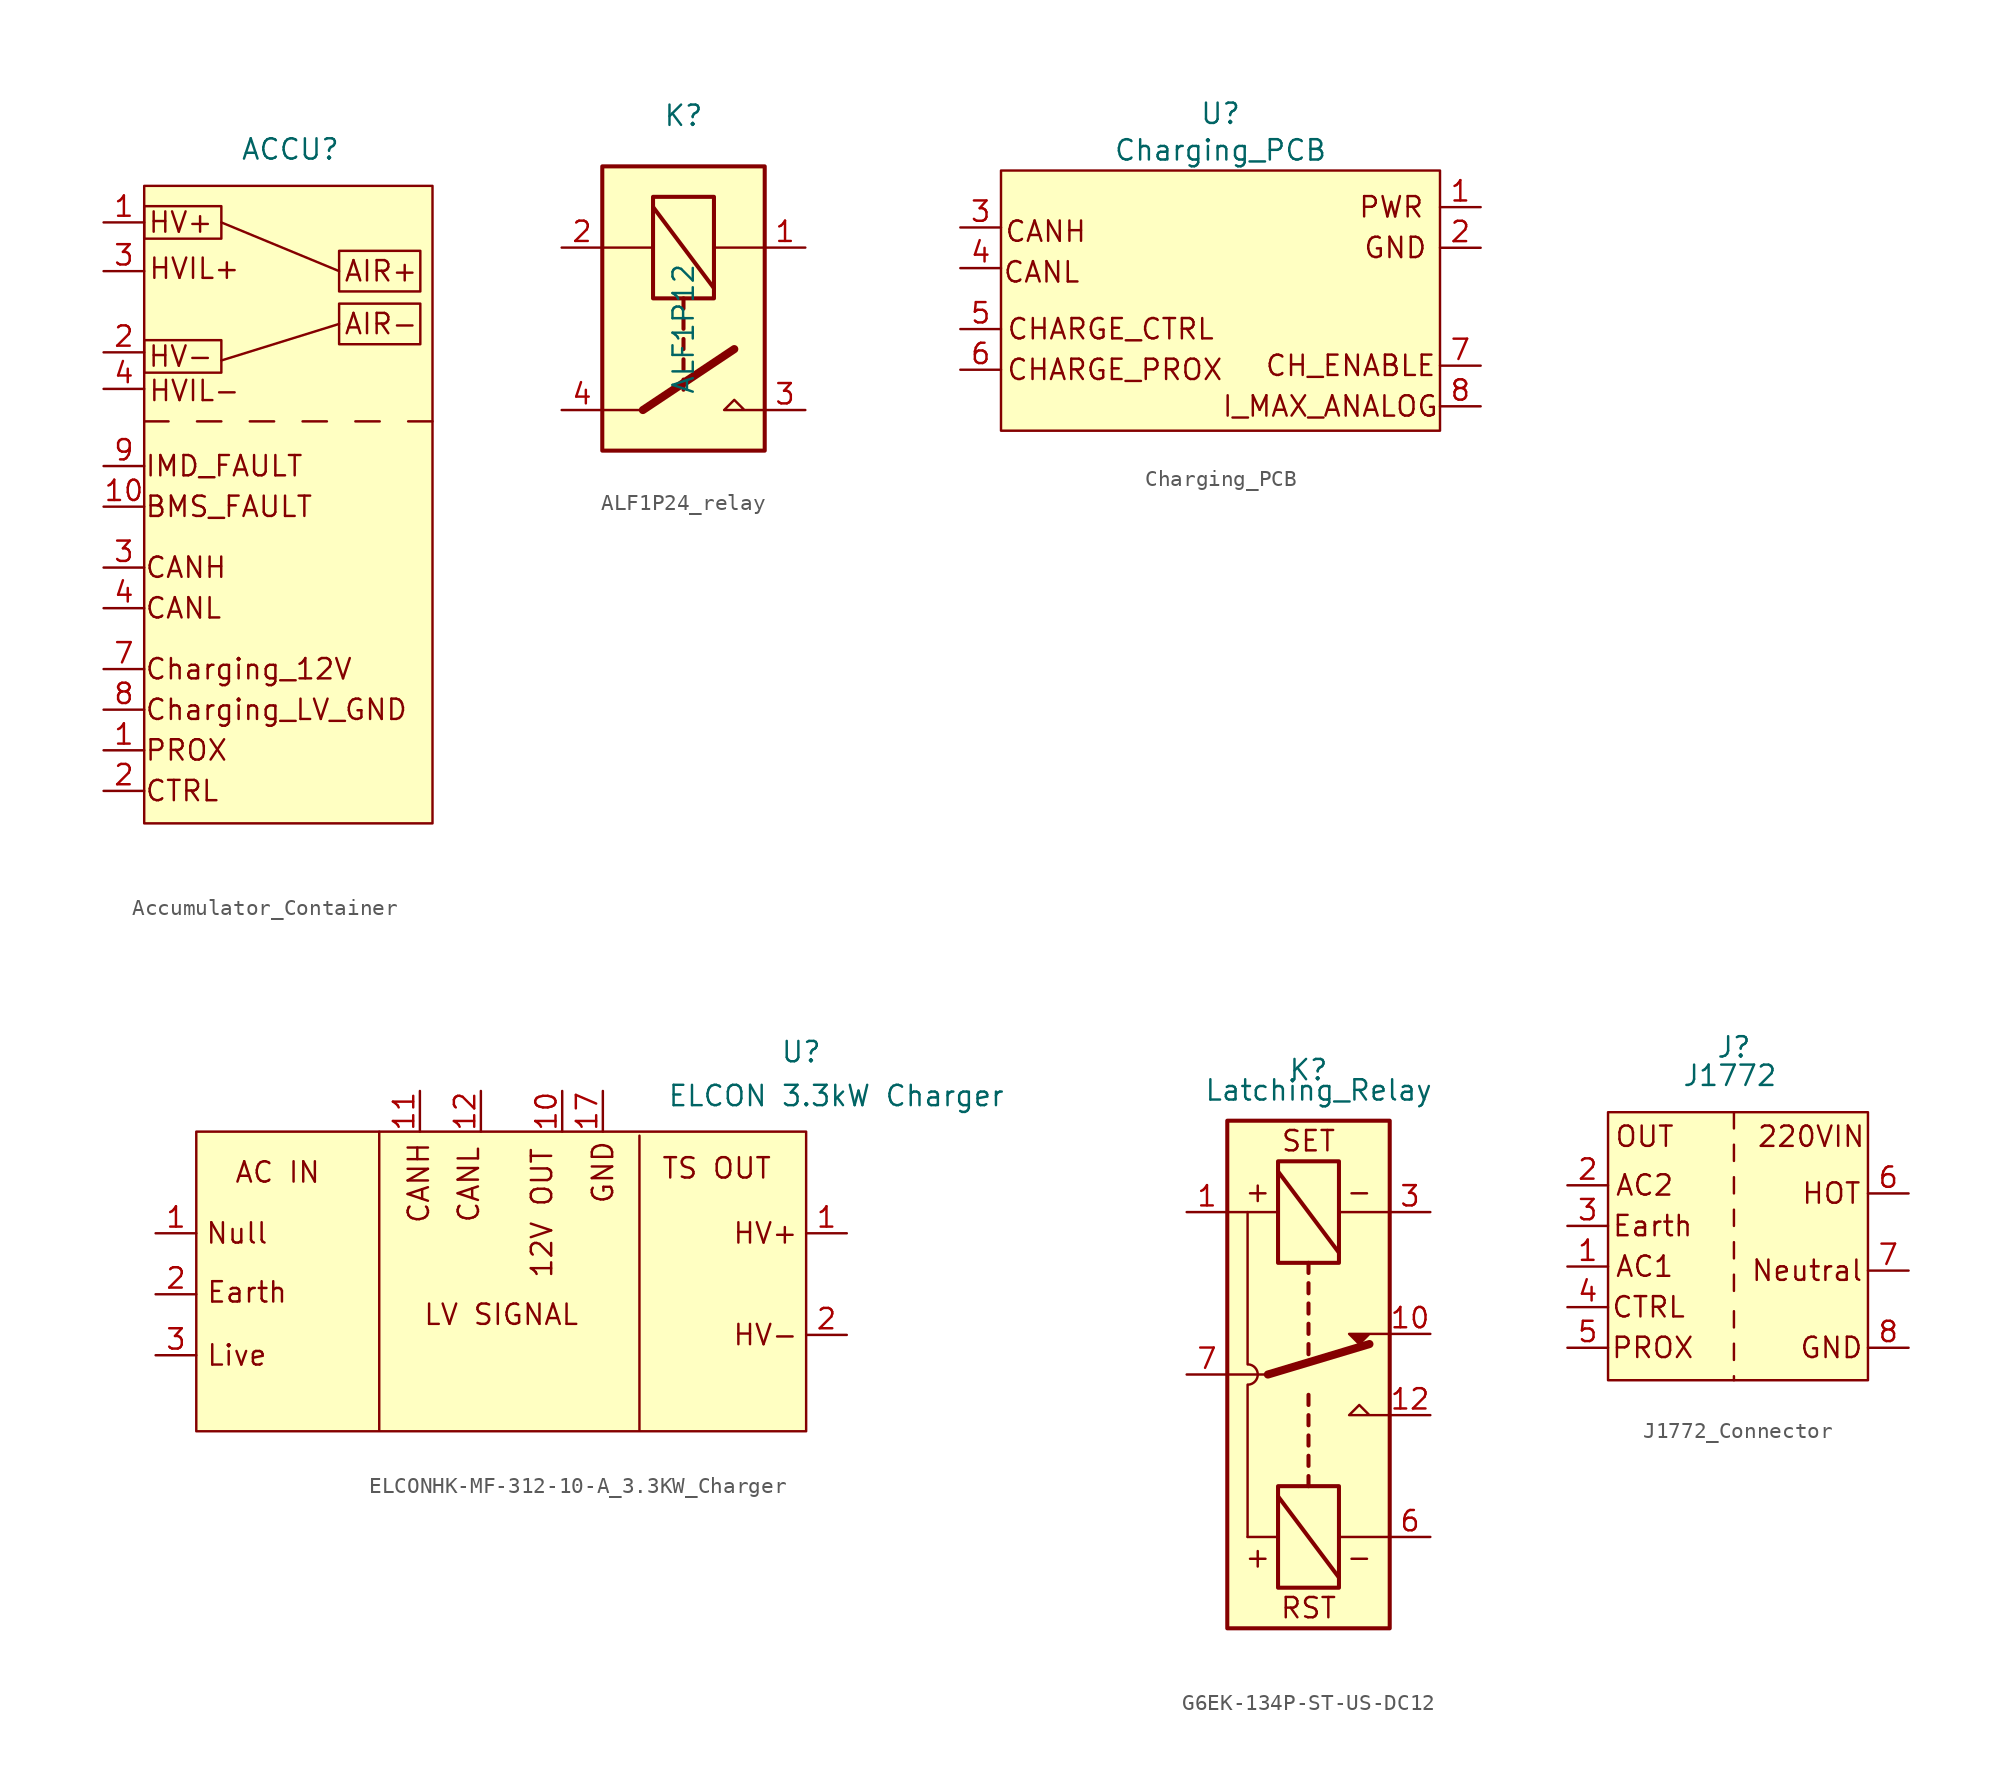
<source format=kicad_sym>
(kicad_symbol_lib
  (version 20231120)
  (generator "kicad_symbol_editor")
  (generator_version "8.0")
  (symbol "Accumulator_Container"
    (property "Reference" "ACCU"
      (at 2.794 10.922 0)
      (effects (font (size 1.27 1.27))))
    (property "Value" ""
      (at 0 0 0)
      (effects (font (size 1.27 1.27))))
    (symbol "Accumulator_Container_1_1"
      (rectangle (start -6.35 -1.016) (end -1.524 -3.048) (stroke (width 0) (type default)) (fill (type none)))
      (rectangle (start -6.35 7.366) (end -1.524 5.334) (stroke (width 0) (type default)) (fill (type none)))
      (rectangle (start -6.35 8.636) (end 11.684 -31.242) (stroke (width 0) (type default)) (fill (type background)))
      (polyline (pts (xy -6.35 -6.096) (xy -4.826 -6.096)) (stroke (width 0) (type default)) (fill (type none)))
      (polyline (pts (xy -3.048 -6.096) (xy -1.524 -6.096)) (stroke (width 0) (type default)) (fill (type none)))
      (polyline (pts (xy 0.254 -6.096) (xy 1.778 -6.096)) (stroke (width 0) (type default)) (fill (type none)))
      (polyline (pts (xy 3.556 -6.096) (xy 5.08 -6.096)) (stroke (width 0) (type default)) (fill (type none)))
      (polyline (pts (xy 5.842 0) (xy -1.524 -2.286)) (stroke (width 0) (type default)) (fill (type none)))
      (polyline (pts (xy 5.842 3.302) (xy -1.524 6.35)) (stroke (width 0) (type default)) (fill (type none)))
      (polyline (pts (xy 6.858 -6.096) (xy 8.382 -6.096)) (stroke (width 0) (type default)) (fill (type none)))
      (polyline (pts (xy 10.16 -6.096) (xy 11.684 -6.096)) (stroke (width 0) (type default)) (fill (type none)))
      (rectangle (start 5.842 1.27) (end 10.922 -1.27) (stroke (width 0) (type default)) (fill (type none)))
      (rectangle (start 5.842 4.572) (end 10.922 2.032) (stroke (width 0) (type default)) (fill (type none)))
      (text "AIR+" (at 6.096 3.302 0) (effects (font (size 1.27 1.27)) (justify left)))
      (text "AIR-" (at 6.096 0 0) (effects (font (size 1.27 1.27)) (justify left)))
      (text "BMS_FAULT" (at -6.35 -11.43 0) (effects (font (size 1.27 1.27)) (justify left)))
      (text "CANH" (at -6.35 -15.24 0) (effects (font (size 1.27 1.27)) (justify left)))
      (text "CANL" (at -6.35 -17.78 0) (effects (font (size 1.27 1.27)) (justify left)))
      (text "Charging_12V" (at -6.35 -21.59 0) (effects (font (size 1.27 1.27)) (justify left)))
      (text "Charging_LV_GND" (at -6.35 -24.13 0) (effects (font (size 1.27 1.27)) (justify left)))
      (text "CTRL" (at -6.35 -29.21 0) (effects (font (size 1.27 1.27)) (justify left)))
      (text "HV+" (at -4.064 6.35 0) (effects (font (size 1.27 1.27))))
      (text "HV-" (at -4.064 -2.032 0) (effects (font (size 1.27 1.27))))
      (text "HVIL+" (at -3.205 3.463 0) (effects (font (size 1.27 1.27))))
      (text "HVIL-" (at -3.205 -4.184 0) (effects (font (size 1.27 1.27))))
      (text "IMD_FAULT" (at -6.35 -8.89 0) (effects (font (size 1.27 1.27)) (justify left)))
      (text "PROX" (at -6.35 -26.67 0) (effects (font (size 1.27 1.27)) (justify left)))
      (pin passive line (at -8.89 -26.67 0) (length 2.54) (name "~" (effects (font (size 1.27 1.27)))) (number "1" (effects (font (size 1.27 1.27)))))
      (pin passive line (at -8.89 6.35 0) (length 2.54) (name "~" (effects (font (size 1.27 1.27)))) (number "1" (effects (font (size 1.27 1.27)))))
      (pin passive line (at -8.89 -11.43 0) (length 2.54) (name "~" (effects (font (size 1.27 1.27)))) (number "10" (effects (font (size 1.27 1.27)))))
      (pin passive line (at -8.89 -29.21 0) (length 2.54) (name "~" (effects (font (size 1.27 1.27)))) (number "2" (effects (font (size 1.27 1.27)))))
      (pin passive line (at -8.89 -1.778 0) (length 2.54) (name "~" (effects (font (size 1.27 1.27)))) (number "2" (effects (font (size 1.27 1.27)))))
      (pin passive line (at -8.89 -15.24 0) (length 2.54) (name "~" (effects (font (size 1.27 1.27)))) (number "3" (effects (font (size 1.27 1.27)))))
      (pin passive line (at -8.89 3.302 0) (length 2.54) (name "~" (effects (font (size 1.27 1.27)))) (number "3" (effects (font (size 1.27 1.27)))))
      (pin passive line (at -8.89 -17.78 0) (length 2.54) (name "~" (effects (font (size 1.27 1.27)))) (number "4" (effects (font (size 1.27 1.27)))))
      (pin passive line (at -8.89 -4.064 0) (length 2.54) (name "~" (effects (font (size 1.27 1.27)))) (number "4" (effects (font (size 1.27 1.27)))))
      (pin passive line (at -8.89 -21.59 0) (length 2.54) (name "~" (effects (font (size 1.27 1.27)))) (number "7" (effects (font (size 1.27 1.27)))))
      (pin passive line (at -8.89 -24.13 0) (length 2.54) (name "~" (effects (font (size 1.27 1.27)))) (number "8" (effects (font (size 1.27 1.27)))))
      (pin passive line (at -8.89 -8.89 0) (length 2.54) (name "~" (effects (font (size 1.27 1.27)))) (number "9" (effects (font (size 1.27 1.27)))))))
  (symbol "ALF1P24_relay"
    (property "Reference" "K"
      (at -1.27 12.065 0)
      (effects (font (size 1.27 1.27))))
    (property "Value" "ALF1P12"
      (at -1.27 -1.27 90)
      (effects (font (size 1.27 1.27))))
    (symbol "ALF1P24_relay_0_0"
      (polyline (pts (xy 3.81 -6.35) (xy 1.27 -6.35) (xy 1.905 -5.715) (xy 2.54 -6.35)) (stroke (width 0) (type default)) (fill (type none))))
    (symbol "ALF1P24_relay_0_1"
      (polyline (pts (xy -6.35 3.81) (xy -3.175 3.81)) (stroke (width 0) (type default)) (fill (type none)))
      (polyline (pts (xy -3.81 -6.35) (xy -6.35 -6.35)) (stroke (width 0) (type default)) (fill (type none)))
      (polyline (pts (xy -3.81 -6.35) (xy 1.905 -2.54)) (stroke (width 0.508) (type default)) (fill (type none)))
      (polyline (pts (xy -3.175 6.35) (xy 0.635 1.27)) (stroke (width 0.254) (type default)) (fill (type none)))
      (polyline (pts (xy -1.27 -4.445) (xy -1.27 -5.08)) (stroke (width 0.254) (type default)) (fill (type none)))
      (polyline (pts (xy -1.27 -3.175) (xy -1.27 -3.81)) (stroke (width 0.254) (type default)) (fill (type none)))
      (polyline (pts (xy -1.27 -1.905) (xy -1.27 -2.54)) (stroke (width 0.254) (type default)) (fill (type none)))
      (polyline (pts (xy -1.27 -0.635) (xy -1.27 -1.27)) (stroke (width 0.254) (type default)) (fill (type none)))
      (polyline (pts (xy -1.27 0.635) (xy -1.27 0)) (stroke (width 0.254) (type default)) (fill (type none)))
      (polyline (pts (xy 3.81 3.81) (xy 0.635 3.81)) (stroke (width 0) (type default)) (fill (type none)))
      (rectangle (start 0.635 6.985) (end -3.175 0.635) (stroke (width 0.254) (type default)) (fill (type none)))
      (rectangle (start 3.81 8.89) (end -6.35 -8.89) (stroke (width 0.254) (type default)) (fill (type background))))
    (symbol "ALF1P24_relay_1_1"
      (pin passive line (at 6.35 3.81 180) (length 2.54) (name "~" (effects (font (size 1.27 1.27)))) (number "1" (effects (font (size 1.27 1.27)))))
      (pin passive line (at -8.89 3.81 0) (length 2.54) (name "~" (effects (font (size 1.27 1.27)))) (number "2" (effects (font (size 1.27 1.27)))))
      (pin passive line (at 6.35 -6.35 180) (length 2.54) (name "~" (effects (font (size 1.27 1.27)))) (number "3" (effects (font (size 1.27 1.27)))))
      (pin passive line (at -8.89 -6.35 0) (length 2.54) (name "~" (effects (font (size 1.27 1.27)))) (number "4" (effects (font (size 1.27 1.27)))))))
  (symbol "Charging_PCB"
    (property "Reference" "U"
      (at 0 8.128 0)
      (effects (font (size 1.27 1.27))))
    (property "Value" "Charging_PCB"
      (at 0 5.842 0)
      (effects (font (size 1.27 1.27))))
    (symbol "Charging_PCB_1_1"
      (rectangle (start -13.716 4.572) (end 13.716 -11.684) (stroke (width 0) (type default)) (fill (type background)))
      (text "CANH" (at -10.922 0.762 0) (effects (font (size 1.27 1.27))))
      (text "CANL" (at -11.176 -1.778 0) (effects (font (size 1.27 1.27))))
      (text "CH_ENABLE" (at 8.128 -7.62 0) (effects (font (size 1.27 1.27))))
      (text "CHARGE_CTRL" (at -6.858 -5.334 0) (effects (font (size 1.27 1.27))))
      (text "CHARGE_PROX" (at -6.604 -7.874 0) (effects (font (size 1.27 1.27))))
      (text "GND" (at 10.922 -0.254 0) (effects (font (size 1.27 1.27))))
      (text "I_MAX_ANALOG" (at 6.858 -10.16 0) (effects (font (size 1.27 1.27))))
      (text "PWR" (at 10.668 2.286 0) (effects (font (size 1.27 1.27))))
      (pin passive line (at 16.256 2.286 180) (length 2.54) (name "~" (effects (font (size 1.27 1.27)))) (number "1" (effects (font (size 1.27 1.27)))))
      (pin passive line (at 16.256 -0.254 180) (length 2.54) (name "~" (effects (font (size 1.27 1.27)))) (number "2" (effects (font (size 1.27 1.27)))))
      (pin passive line (at -16.256 1.016 0) (length 2.54) (name "~" (effects (font (size 1.27 1.27)))) (number "3" (effects (font (size 1.27 1.27)))))
      (pin passive line (at -16.256 -1.524 0) (length 2.54) (name "~" (effects (font (size 1.27 1.27)))) (number "4" (effects (font (size 1.27 1.27)))))
      (pin passive line (at -16.256 -5.334 0) (length 2.54) (name "~" (effects (font (size 1.27 1.27)))) (number "5" (effects (font (size 1.27 1.27)))))
      (pin passive line (at -16.256 -7.874 0) (length 2.54) (name "~" (effects (font (size 1.27 1.27)))) (number "6" (effects (font (size 1.27 1.27)))))
      (pin passive line (at 16.256 -7.62 180) (length 2.54) (name "~" (effects (font (size 1.27 1.27)))) (number "7" (effects (font (size 1.27 1.27)))))
      (pin passive line (at 16.256 -10.16 180) (length 2.54) (name "~" (effects (font (size 1.27 1.27)))) (number "8" (effects (font (size 1.27 1.27)))))))
  (symbol "ELCONHK-MF-312-10-A_3.3KW_Charger"
    (property "Reference" "U"
      (at 26.365 13.868 0)
      (effects (font (size 1.27 1.27))))
    (property "Value" "ELCON 3.3kW Charger"
      (at 28.55 11.125 0)
      (effects (font (size 1.27 1.27))))
    (symbol "ELCONHK-MF-312-10-A_3.3KW_Charger_1_1"
      (rectangle (start -11.43 8.89) (end 26.67 -9.83) (stroke (width 0) (type default)) (fill (type background)))
      (polyline (pts (xy 0 8.89) (xy 0 -9.754)) (stroke (width 0) (type default)) (fill (type none)))
      (polyline (pts (xy 16.256 8.636) (xy 16.256 -9.754)) (stroke (width 0) (type default)) (fill (type none)))
      (text "12V OUT" (at 10.16 3.81 900) (effects (font (size 1.27 1.27))))
      (text "AC IN" (at -6.35 6.35 0) (effects (font (size 1.27 1.27))))
      (text "CANH" (at 2.464 5.69 900) (effects (font (size 1.27 1.27))))
      (text "CANL" (at 5.588 5.588 900) (effects (font (size 1.27 1.27))))
      (text "Earth" (at -8.255 -1.143 0) (effects (font (size 1.27 1.27))))
      (text "GND" (at 13.97 6.35 900) (effects (font (size 1.27 1.27))))
      (text "HV+" (at 24.13 2.54 0) (effects (font (size 1.27 1.27))))
      (text "HV-" (at 24.13 -3.81 0) (effects (font (size 1.27 1.27))))
      (text "Live" (at -8.89 -5.08 0) (effects (font (size 1.27 1.27))))
      (text "LV SIGNAL" (at 7.62 -2.54 0) (effects (font (size 1.27 1.27))))
      (text "Null" (at -8.89 2.54 0) (effects (font (size 1.27 1.27))))
      (text "TS OUT" (at 21.082 6.604 0) (effects (font (size 1.27 1.27))))
      (pin power_in line (at -13.97 2.54 0) (length 2.54) (name "~" (effects (font (size 1.27 1.27)))) (number "1" (effects (font (size 1.27 1.27)))))
      (pin power_out line (at 29.21 2.54 180) (length 2.54) (name "~" (effects (font (size 1.27 1.27)))) (number "1" (effects (font (size 1.27 1.27)))))
      (pin power_out line (at 11.43 11.43 270) (length 2.54) (name "~" (effects (font (size 1.27 1.27)))) (number "10" (effects (font (size 1.27 1.27)))))
      (pin passive line (at 2.54 11.43 270) (length 2.54) (name "~" (effects (font (size 1.27 1.27)))) (number "11" (effects (font (size 1.27 1.27)))))
      (pin passive line (at 6.35 11.43 270) (length 2.54) (name "~" (effects (font (size 1.27 1.27)))) (number "12" (effects (font (size 1.27 1.27)))))
      (pin passive line (at 13.97 11.43 270) (length 2.54) (name "~" (effects (font (size 1.27 1.27)))) (number "17" (effects (font (size 1.27 1.27)))))
      (pin power_in line (at -13.97 -1.27 0) (length 2.54) (name "~" (effects (font (size 1.27 1.27)))) (number "2" (effects (font (size 1.27 1.27)))))
      (pin power_out line (at 29.21 -3.81 180) (length 2.54) (name "~" (effects (font (size 1.27 1.27)))) (number "2" (effects (font (size 1.27 1.27)))))
      (pin power_in line (at -13.97 -5.08 0) (length 2.54) (name "~" (effects (font (size 1.27 1.27)))) (number "3" (effects (font (size 1.27 1.27)))))))
  (symbol "G6EK-134P-ST-US-DC12"
    (property "Reference" "K"
      (at 0 19.05 0)
      (effects (font (size 1.27 1.27))))
    (property "Value" "Latching_Relay"
      (at 0.635 17.78 0)
      (effects (font (size 1.27 1.27))))
    (symbol "G6EK-134P-ST-US-DC12_0_0"
      (polyline (pts (xy 5.08 -2.54) (xy 2.54 -2.54) (xy 3.175 -1.905) (xy 3.81 -2.54)) (stroke (width 0) (type default)) (fill (type none))))
    (symbol "G6EK-134P-ST-US-DC12_0_1"
      (rectangle (start -5.08 15.875) (end 5.08 -15.875) (stroke (width 0.254) (type default)) (fill (type background)))
      (arc (start -3.7663 -0.635) (mid -3.1735 0) (end -3.7663 0.635) (stroke (width 0) (type default)) (fill (type none)))
      (rectangle (start -1.905 13.335) (end 1.905 6.985) (stroke (width 0.254) (type default)) (fill (type none)))
      (polyline (pts (xy -5.08 10.16) (xy -1.905 10.16)) (stroke (width 0) (type default)) (fill (type none)))
      (polyline (pts (xy -3.81 -10.16) (xy -1.905 -10.16)) (stroke (width 0) (type default)) (fill (type none)))
      (polyline (pts (xy -3.81 -0.635) (xy -3.81 -10.16)) (stroke (width 0) (type default)) (fill (type none)))
      (polyline (pts (xy -3.81 10.16) (xy -3.81 0.635)) (stroke (width 0) (type default)) (fill (type none)))
      (polyline (pts (xy -2.54 0) (xy -5.08 0)) (stroke (width 0) (type default)) (fill (type none)))
      (polyline (pts (xy -2.54 0) (xy 3.81 1.905)) (stroke (width 0.508) (type default)) (fill (type none)))
      (polyline (pts (xy -1.905 12.7) (xy 1.905 7.62)) (stroke (width 0.254) (type default)) (fill (type none)))
      (polyline (pts (xy 0 -6.985) (xy 0 -6.35)) (stroke (width 0.254) (type default)) (fill (type none)))
      (polyline (pts (xy 0 -5.715) (xy 0 -5.08)) (stroke (width 0.254) (type default)) (fill (type none)))
      (polyline (pts (xy 0 -4.445) (xy 0 -3.81)) (stroke (width 0.254) (type default)) (fill (type none)))
      (polyline (pts (xy 0 -3.175) (xy 0 -2.54)) (stroke (width 0.254) (type default)) (fill (type none)))
      (polyline (pts (xy 0 -1.905) (xy 0 -1.27)) (stroke (width 0.254) (type default)) (fill (type none)))
      (polyline (pts (xy 0 1.905) (xy 0 1.27)) (stroke (width 0.254) (type default)) (fill (type none)))
      (polyline (pts (xy 0 3.175) (xy 0 2.54)) (stroke (width 0.254) (type default)) (fill (type none)))
      (polyline (pts (xy 0 4.445) (xy 0 3.81)) (stroke (width 0.254) (type default)) (fill (type none)))
      (polyline (pts (xy 0 5.715) (xy 0 5.08)) (stroke (width 0.254) (type default)) (fill (type none)))
      (polyline (pts (xy 0 6.985) (xy 0 6.35)) (stroke (width 0.254) (type default)) (fill (type none)))
      (polyline (pts (xy 1.905 -12.7) (xy -1.905 -7.62)) (stroke (width 0.254) (type default)) (fill (type none)))
      (polyline (pts (xy 5.08 -10.16) (xy 1.905 -10.16)) (stroke (width 0) (type default)) (fill (type none)))
      (polyline (pts (xy 5.08 10.16) (xy 1.905 10.16)) (stroke (width 0) (type default)) (fill (type none)))
      (polyline (pts (xy 5.08 2.54) (xy 2.54 2.54) (xy 3.175 1.905) (xy 3.81 2.54)) (stroke (width 0) (type default)) (fill (type outline)))
      (rectangle (start 1.905 -13.335) (end -1.905 -6.985) (stroke (width 0.254) (type default)) (fill (type none))))
    (symbol "G6EK-134P-ST-US-DC12_1_1"
      (text "+" (at -3.175 -11.43 0) (effects (font (size 1.27 1.27))))
      (text "+" (at -3.175 11.43 0) (effects (font (size 1.27 1.27))))
      (text "-" (at 3.175 -11.43 0) (effects (font (size 1.27 1.27))))
      (text "-" (at 3.175 11.43 0) (effects (font (size 1.27 1.27))))
      (text "RST" (at 0 -14.605 0) (effects (font (size 1.27 1.27))))
      (text "SET" (at 0 14.605 0) (effects (font (size 1.27 1.27))))
      (pin passive line (at -7.62 10.16 0) (length 2.54) (name "~" (effects (font (size 1.27 1.27)))) (number "1" (effects (font (size 1.27 1.27)))))
      (pin passive line (at 7.62 2.54 180) (length 2.54) (name "~" (effects (font (size 1.27 1.27)))) (number "10" (effects (font (size 1.27 1.27)))))
      (pin passive line (at 7.62 -2.54 180) (length 2.54) (name "~" (effects (font (size 1.27 1.27)))) (number "12" (effects (font (size 1.27 1.27)))))
      (pin passive line (at 7.62 10.16 180) (length 2.54) (name "~" (effects (font (size 1.27 1.27)))) (number "3" (effects (font (size 1.27 1.27)))))
      (pin passive line (at 7.62 -10.16 180) (length 2.54) (name "~" (effects (font (size 1.27 1.27)))) (number "6" (effects (font (size 1.27 1.27)))))
      (pin passive line (at -7.62 0 0) (length 2.54) (name "~" (effects (font (size 1.27 1.27)))) (number "7" (effects (font (size 1.27 1.27)))))))
  (symbol "J1772_Connector"
    (property "Reference" "J"
      (at -0.254 12.446 0)
      (effects (font (size 1.27 1.27))))
    (property "Value" "J1772"
      (at -0.508 10.668 0)
      (effects (font (size 1.27 1.27))))
    (symbol "J1772_Connector_1_1"
      (rectangle (start -8.128 8.382) (end 8.128 -8.382) (stroke (width 0) (type default)) (fill (type background)))
      (polyline (pts (xy -0.254 -8.128) (xy -0.254 -8.382)) (stroke (width 0) (type default)) (fill (type none)))
      (polyline (pts (xy -0.254 -6.096) (xy -0.254 -7.112)) (stroke (width 0) (type default)) (fill (type none)))
      (polyline (pts (xy -0.254 -4.064) (xy -0.254 -5.08)) (stroke (width 0) (type default)) (fill (type none)))
      (polyline (pts (xy -0.254 -1.778) (xy -0.254 -2.794)) (stroke (width 0) (type default)) (fill (type none)))
      (polyline (pts (xy -0.254 0.254) (xy -0.254 -0.762)) (stroke (width 0) (type default)) (fill (type none)))
      (polyline (pts (xy -0.254 2.286) (xy -0.254 1.27)) (stroke (width 0) (type default)) (fill (type none)))
      (polyline (pts (xy -0.254 4.318) (xy -0.254 3.302)) (stroke (width 0) (type default)) (fill (type none)))
      (polyline (pts (xy -0.254 6.35) (xy -0.254 5.334)) (stroke (width 0) (type default)) (fill (type none)))
      (polyline (pts (xy -0.254 8.382) (xy -0.254 7.366)) (stroke (width 0) (type default)) (fill (type none)))
      (text "220VIN" (at 4.572 6.858 0) (effects (font (size 1.27 1.27))))
      (text "AC1" (at -5.842 -1.27 0) (effects (font (size 1.27 1.27))))
      (text "AC2" (at -5.842 3.81 0) (effects (font (size 1.27 1.27))))
      (text "CTRL" (at -5.588 -3.81 0) (effects (font (size 1.27 1.27))))
      (text "Earth" (at -5.334 1.27 0) (effects (font (size 1.27 1.27))))
      (text "GND" (at 5.842 -6.35 0) (effects (font (size 1.27 1.27))))
      (text "HOT" (at 5.842 3.302 0) (effects (font (size 1.27 1.27))))
      (text "Neutral" (at 4.318 -1.524 0) (effects (font (size 1.27 1.27))))
      (text "OUT" (at -5.842 6.858 0) (effects (font (size 1.27 1.27))))
      (text "PROX" (at -5.334 -6.35 0) (effects (font (size 1.27 1.27))))
      (pin passive line (at -10.668 -1.27 0) (length 2.54) (name "~" (effects (font (size 1.27 1.27)))) (number "1" (effects (font (size 1.27 1.27)))))
      (pin passive line (at -10.668 3.81 0) (length 2.54) (name "~" (effects (font (size 1.27 1.27)))) (number "2" (effects (font (size 1.27 1.27)))))
      (pin passive line (at -10.668 1.27 0) (length 2.54) (name "~" (effects (font (size 1.27 1.27)))) (number "3" (effects (font (size 1.27 1.27)))))
      (pin passive line (at -10.668 -3.81 0) (length 2.54) (name "~" (effects (font (size 1.27 1.27)))) (number "4" (effects (font (size 1.27 1.27)))))
      (pin passive line (at -10.668 -6.35 0) (length 2.54) (name "~" (effects (font (size 1.27 1.27)))) (number "5" (effects (font (size 1.27 1.27)))))
      (pin passive line (at 10.668 3.302 180) (length 2.54) (name "~" (effects (font (size 1.27 1.27)))) (number "6" (effects (font (size 1.27 1.27)))))
      (pin passive line (at 10.668 -1.524 180) (length 2.54) (name "~" (effects (font (size 1.27 1.27)))) (number "7" (effects (font (size 1.27 1.27)))))
      (pin passive line (at 10.668 -6.35 180) (length 2.54) (name "~" (effects (font (size 1.27 1.27)))) (number "8" (effects (font (size 1.27 1.27))))))))
</source>
